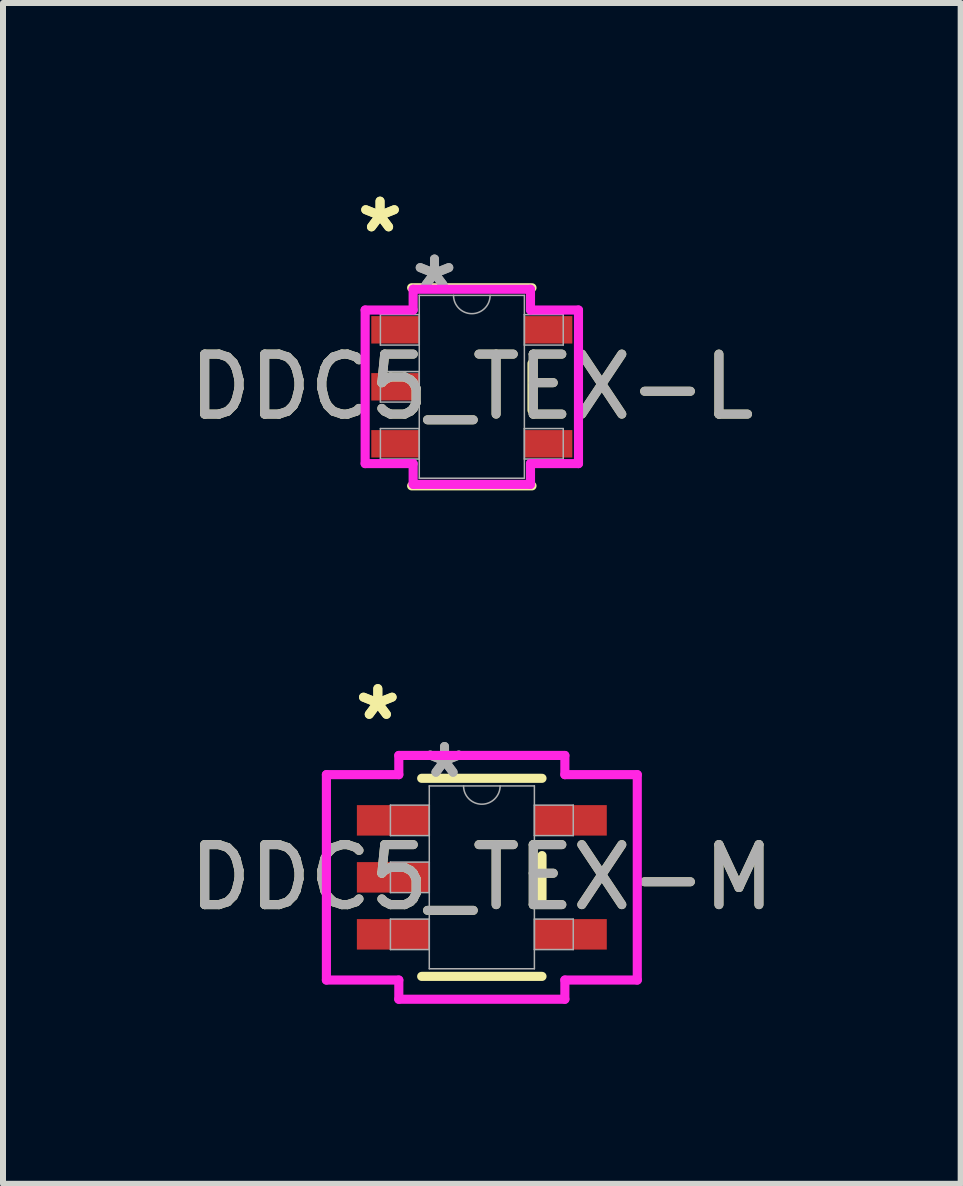
<source format=kicad_pcb>
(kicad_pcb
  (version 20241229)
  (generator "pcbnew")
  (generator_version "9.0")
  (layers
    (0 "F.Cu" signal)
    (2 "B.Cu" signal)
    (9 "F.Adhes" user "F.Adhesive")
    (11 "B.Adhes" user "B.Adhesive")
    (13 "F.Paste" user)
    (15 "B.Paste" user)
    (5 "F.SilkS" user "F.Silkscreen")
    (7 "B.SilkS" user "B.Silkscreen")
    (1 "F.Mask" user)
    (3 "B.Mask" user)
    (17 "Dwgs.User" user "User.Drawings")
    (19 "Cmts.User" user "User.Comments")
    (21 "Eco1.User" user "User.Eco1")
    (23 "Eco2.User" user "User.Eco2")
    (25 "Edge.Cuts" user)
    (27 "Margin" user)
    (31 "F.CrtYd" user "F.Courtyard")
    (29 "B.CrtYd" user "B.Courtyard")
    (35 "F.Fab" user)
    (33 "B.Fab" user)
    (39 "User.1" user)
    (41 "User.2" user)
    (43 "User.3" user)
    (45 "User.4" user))
  (footprint "DDC5_TEX-M"
    (layer "F.Cu")
    (at 4.982 11.575)
    (property "Reference" "DDC5_TEX-M" (at 0 0 0) (unlocked yes) (layer "F.SilkS") (effects (font (size 1 1) (thickness 0.15))))
    (attr smd)
    (fp_line (start -1.003 1.651) (end 1.003 1.651) (stroke (width 0.152) (type solid)) (layer "F.SilkS"))
    (fp_line (start 1.003 -1.651) (end -1.003 -1.651) (stroke (width 0.152) (type solid)) (layer "F.SilkS"))
    (fp_line (start 1.003 0.363) (end 1.003 -0.363) (stroke (width 0.152) (type solid)) (layer "F.SilkS"))
    (fp_line (start -2.591 -1.712) (end -1.384 -1.712) (stroke (width 0.152) (type solid)) (layer "F.CrtYd"))
    (fp_line (start -2.591 1.712) (end -2.591 -1.712) (stroke (width 0.152) (type solid)) (layer "F.CrtYd"))
    (fp_line (start -1.384 -2.032) (end 1.384 -2.032) (stroke (width 0.152) (type solid)) (layer "F.CrtYd"))
    (fp_line (start -1.384 -1.712) (end -1.384 -2.032) (stroke (width 0.152) (type solid)) (layer "F.CrtYd"))
    (fp_line (start -1.384 1.712) (end -2.591 1.712) (stroke (width 0.152) (type solid)) (layer "F.CrtYd"))
    (fp_line (start -1.384 2.032) (end -1.384 1.712) (stroke (width 0.152) (type solid)) (layer "F.CrtYd"))
    (fp_line (start 1.384 -2.032) (end 1.384 -1.712) (stroke (width 0.152) (type solid)) (layer "F.CrtYd"))
    (fp_line (start 1.384 -1.712) (end 2.591 -1.712) (stroke (width 0.152) (type solid)) (layer "F.CrtYd"))
    (fp_line (start 1.384 1.712) (end 1.384 2.032) (stroke (width 0.152) (type solid)) (layer "F.CrtYd"))
    (fp_line (start 1.384 2.032) (end -1.384 2.032) (stroke (width 0.152) (type solid)) (layer "F.CrtYd"))
    (fp_line (start 2.591 -1.712) (end 2.591 1.712) (stroke (width 0.152) (type solid)) (layer "F.CrtYd"))
    (fp_line (start 2.591 1.712) (end 1.384 1.712) (stroke (width 0.152) (type solid)) (layer "F.CrtYd"))
    (fp_line (start -1.524 -1.204) (end -1.524 -0.696) (stroke (width 0.025) (type solid)) (layer "F.Fab"))
    (fp_line (start -1.524 -0.696) (end -0.876 -0.696) (stroke (width 0.025) (type solid)) (layer "F.Fab"))
    (fp_line (start -1.524 -0.254) (end -1.524 0.254) (stroke (width 0.025) (type solid)) (layer "F.Fab"))
    (fp_line (start -1.524 0.254) (end -0.876 0.254) (stroke (width 0.025) (type solid)) (layer "F.Fab"))
    (fp_line (start -1.524 0.696) (end -1.524 1.204) (stroke (width 0.025) (type solid)) (layer "F.Fab"))
    (fp_line (start -1.524 1.204) (end -0.876 1.204) (stroke (width 0.025) (type solid)) (layer "F.Fab"))
    (fp_line (start -0.876 -1.524) (end -0.876 1.524) (stroke (width 0.025) (type solid)) (layer "F.Fab"))
    (fp_line (start -0.876 -1.204) (end -1.524 -1.204) (stroke (width 0.025) (type solid)) (layer "F.Fab"))
    (fp_line (start -0.876 -0.696) (end -0.876 -1.204) (stroke (width 0.025) (type solid)) (layer "F.Fab"))
    (fp_line (start -0.876 -0.254) (end -1.524 -0.254) (stroke (width 0.025) (type solid)) (layer "F.Fab"))
    (fp_line (start -0.876 0.254) (end -0.876 -0.254) (stroke (width 0.025) (type solid)) (layer "F.Fab"))
    (fp_line (start -0.876 0.696) (end -1.524 0.696) (stroke (width 0.025) (type solid)) (layer "F.Fab"))
    (fp_line (start -0.876 1.204) (end -0.876 0.696) (stroke (width 0.025) (type solid)) (layer "F.Fab"))
    (fp_line (start -0.876 1.524) (end 0.876 1.524) (stroke (width 0.025) (type solid)) (layer "F.Fab"))
    (fp_line (start 0.876 -1.524) (end -0.876 -1.524) (stroke (width 0.025) (type solid)) (layer "F.Fab"))
    (fp_line (start 0.876 -1.204) (end 0.876 -0.696) (stroke (width 0.025) (type solid)) (layer "F.Fab"))
    (fp_line (start 0.876 -0.696) (end 1.524 -0.696) (stroke (width 0.025) (type solid)) (layer "F.Fab"))
    (fp_line (start 0.876 0.696) (end 0.876 1.204) (stroke (width 0.025) (type solid)) (layer "F.Fab"))
    (fp_line (start 0.876 1.204) (end 1.524 1.204) (stroke (width 0.025) (type solid)) (layer "F.Fab"))
    (fp_line (start 0.876 1.524) (end 0.876 -1.524) (stroke (width 0.025) (type solid)) (layer "F.Fab"))
    (fp_line (start 1.524 -1.204) (end 0.876 -1.204) (stroke (width 0.025) (type solid)) (layer "F.Fab"))
    (fp_line (start 1.524 -0.696) (end 1.524 -1.204) (stroke (width 0.025) (type solid)) (layer "F.Fab"))
    (fp_line (start 1.524 0.696) (end 0.876 0.696) (stroke (width 0.025) (type solid)) (layer "F.Fab"))
    (fp_line (start 1.524 1.204) (end 1.524 0.696) (stroke (width 0.025) (type solid)) (layer "F.Fab"))
    (fp_arc (start 0.3048 -1.524) (mid 0 -1.2192) (end -0.3048 -1.524) (stroke (width 0.0254) (type solid)) (layer "F.Fab"))
    (fp_text user "*" (at -1.734 -2.601 0) (layer "F.SilkS") (effects (font (size 1 1) (thickness 0.15))))
    (fp_text user "*" (at -1.734 -2.601 0) (unlocked yes) (layer "F.SilkS") (effects (font (size 1 1) (thickness 0.15))))
    (fp_text user "${REFERENCE}" (at 0 0 0) (unlocked yes) (layer "F.Fab") (effects (font (size 1 1) (thickness 0.15))))
    (fp_text user "*" (at -0.622 -1.636 0) (unlocked yes) (layer "F.Fab") (effects (font (size 1 1) (thickness 0.15))))
    (fp_text user "*" (at -0.622 -1.636 0) (layer "F.Fab") (effects (font (size 1 1) (thickness 0.15))))
    (pad "1" smd rect (at -1.48 -0.95) (size 1.206 0.508) (layers "F.Cu" "F.Mask" "F.Paste"))
    (pad "2" smd rect (at -1.48 0) (size 1.206 0.508) (layers "F.Cu" "F.Mask" "F.Paste"))
    (pad "3" smd rect (at -1.48 0.95) (size 1.206 0.508) (layers "F.Cu" "F.Mask" "F.Paste"))
    (pad "4" smd rect (at 1.48 0.95) (size 1.206 0.508) (layers "F.Cu" "F.Mask" "F.Paste"))
    (pad "5" smd rect (at 1.48 -0.95) (size 1.206 0.508) (layers "F.Cu" "F.Mask" "F.Paste")))
  (footprint "DDC5_TEX-L"
    (layer "F.Cu")
    (at 4.815 3.398)
    (property "Reference" "DDC5_TEX-L" (at 0 0 0) (unlocked yes) (layer "F.SilkS") (effects (font (size 1 1) (thickness 0.15))))
    (attr smd)
    (fp_line (start -1.003 1.651) (end 1.003 1.651) (stroke (width 0.152) (type solid)) (layer "F.SilkS"))
    (fp_line (start 1.003 -1.651) (end -1.003 -1.651) (stroke (width 0.152) (type solid)) (layer "F.SilkS"))
    (fp_line (start 1.003 0.389) (end 1.003 -0.389) (stroke (width 0.152) (type solid)) (layer "F.SilkS"))
    (fp_line (start -1.778 -1.28) (end -0.978 -1.28) (stroke (width 0.152) (type solid)) (layer "F.CrtYd"))
    (fp_line (start -1.778 1.28) (end -1.778 -1.28) (stroke (width 0.152) (type solid)) (layer "F.CrtYd"))
    (fp_line (start -0.978 -1.626) (end 0.978 -1.626) (stroke (width 0.152) (type solid)) (layer "F.CrtYd"))
    (fp_line (start -0.978 -1.28) (end -0.978 -1.626) (stroke (width 0.152) (type solid)) (layer "F.CrtYd"))
    (fp_line (start -0.978 1.28) (end -1.778 1.28) (stroke (width 0.152) (type solid)) (layer "F.CrtYd"))
    (fp_line (start -0.978 1.626) (end -0.978 1.28) (stroke (width 0.152) (type solid)) (layer "F.CrtYd"))
    (fp_line (start 0.978 -1.626) (end 0.978 -1.28) (stroke (width 0.152) (type solid)) (layer "F.CrtYd"))
    (fp_line (start 0.978 -1.28) (end 1.778 -1.28) (stroke (width 0.152) (type solid)) (layer "F.CrtYd"))
    (fp_line (start 0.978 1.28) (end 0.978 1.626) (stroke (width 0.152) (type solid)) (layer "F.CrtYd"))
    (fp_line (start 0.978 1.626) (end -0.978 1.626) (stroke (width 0.152) (type solid)) (layer "F.CrtYd"))
    (fp_line (start 1.778 -1.28) (end 1.778 1.28) (stroke (width 0.152) (type solid)) (layer "F.CrtYd"))
    (fp_line (start 1.778 1.28) (end 0.978 1.28) (stroke (width 0.152) (type solid)) (layer "F.CrtYd"))
    (fp_line (start -1.524 -1.204) (end -1.524 -0.696) (stroke (width 0.025) (type solid)) (layer "F.Fab"))
    (fp_line (start -1.524 -0.696) (end -0.876 -0.696) (stroke (width 0.025) (type solid)) (layer "F.Fab"))
    (fp_line (start -1.524 -0.254) (end -1.524 0.254) (stroke (width 0.025) (type solid)) (layer "F.Fab"))
    (fp_line (start -1.524 0.254) (end -0.876 0.254) (stroke (width 0.025) (type solid)) (layer "F.Fab"))
    (fp_line (start -1.524 0.696) (end -1.524 1.204) (stroke (width 0.025) (type solid)) (layer "F.Fab"))
    (fp_line (start -1.524 1.204) (end -0.876 1.204) (stroke (width 0.025) (type solid)) (layer "F.Fab"))
    (fp_line (start -0.876 -1.524) (end -0.876 1.524) (stroke (width 0.025) (type solid)) (layer "F.Fab"))
    (fp_line (start -0.876 -1.204) (end -1.524 -1.204) (stroke (width 0.025) (type solid)) (layer "F.Fab"))
    (fp_line (start -0.876 -0.696) (end -0.876 -1.204) (stroke (width 0.025) (type solid)) (layer "F.Fab"))
    (fp_line (start -0.876 -0.254) (end -1.524 -0.254) (stroke (width 0.025) (type solid)) (layer "F.Fab"))
    (fp_line (start -0.876 0.254) (end -0.876 -0.254) (stroke (width 0.025) (type solid)) (layer "F.Fab"))
    (fp_line (start -0.876 0.696) (end -1.524 0.696) (stroke (width 0.025) (type solid)) (layer "F.Fab"))
    (fp_line (start -0.876 1.204) (end -0.876 0.696) (stroke (width 0.025) (type solid)) (layer "F.Fab"))
    (fp_line (start -0.876 1.524) (end 0.876 1.524) (stroke (width 0.025) (type solid)) (layer "F.Fab"))
    (fp_line (start 0.876 -1.524) (end -0.876 -1.524) (stroke (width 0.025) (type solid)) (layer "F.Fab"))
    (fp_line (start 0.876 -1.204) (end 0.876 -0.696) (stroke (width 0.025) (type solid)) (layer "F.Fab"))
    (fp_line (start 0.876 -0.696) (end 1.524 -0.696) (stroke (width 0.025) (type solid)) (layer "F.Fab"))
    (fp_line (start 0.876 0.696) (end 0.876 1.204) (stroke (width 0.025) (type solid)) (layer "F.Fab"))
    (fp_line (start 0.876 1.204) (end 1.524 1.204) (stroke (width 0.025) (type solid)) (layer "F.Fab"))
    (fp_line (start 0.876 1.524) (end 0.876 -1.524) (stroke (width 0.025) (type solid)) (layer "F.Fab"))
    (fp_line (start 1.524 -1.204) (end 0.876 -1.204) (stroke (width 0.025) (type solid)) (layer "F.Fab"))
    (fp_line (start 1.524 -0.696) (end 1.524 -1.204) (stroke (width 0.025) (type solid)) (layer "F.Fab"))
    (fp_line (start 1.524 0.696) (end 0.876 0.696) (stroke (width 0.025) (type solid)) (layer "F.Fab"))
    (fp_line (start 1.524 1.204) (end 1.524 0.696) (stroke (width 0.025) (type solid)) (layer "F.Fab"))
    (fp_arc (start 0.3048 -1.524) (mid 0 -1.2192) (end -0.3048 -1.524) (stroke (width 0.0254) (type solid)) (layer "F.Fab"))
    (fp_text user "*" (at -1.53 -2.55 0) (layer "F.SilkS") (effects (font (size 1 1) (thickness 0.15))))
    (fp_text user "*" (at -1.53 -2.55 0) (unlocked yes) (layer "F.SilkS") (effects (font (size 1 1) (thickness 0.15))))
    (fp_text user "*" (at -0.622 -1.585 0) (unlocked yes) (layer "F.Fab") (effects (font (size 1 1) (thickness 0.15))))
    (fp_text user "${REFERENCE}" (at 0 0 0) (unlocked yes) (layer "F.Fab") (effects (font (size 1 1) (thickness 0.15))))
    (fp_text user "*" (at -0.622 -1.585 0) (layer "F.Fab") (effects (font (size 1 1) (thickness 0.15))))
    (pad "1" smd rect (at -1.276 -0.95) (size 0.8 0.457) (layers "F.Cu" "F.Mask" "F.Paste"))
    (pad "2" smd rect (at -1.276 0) (size 0.8 0.457) (layers "F.Cu" "F.Mask" "F.Paste"))
    (pad "3" smd rect (at -1.276 0.95) (size 0.8 0.457) (layers "F.Cu" "F.Mask" "F.Paste"))
    (pad "4" smd rect (at 1.276 0.95) (size 0.8 0.457) (layers "F.Cu" "F.Mask" "F.Paste"))
    (pad "5" smd rect (at 1.276 -0.95) (size 0.8 0.457) (layers "F.Cu" "F.Mask" "F.Paste")))
  (gr_rect
    (start -3 -3)
    (end 12.964 16.683)
    (stroke (width 0.1) (type default))
    (fill no)
    (layer "Edge.Cuts")))
</source>
